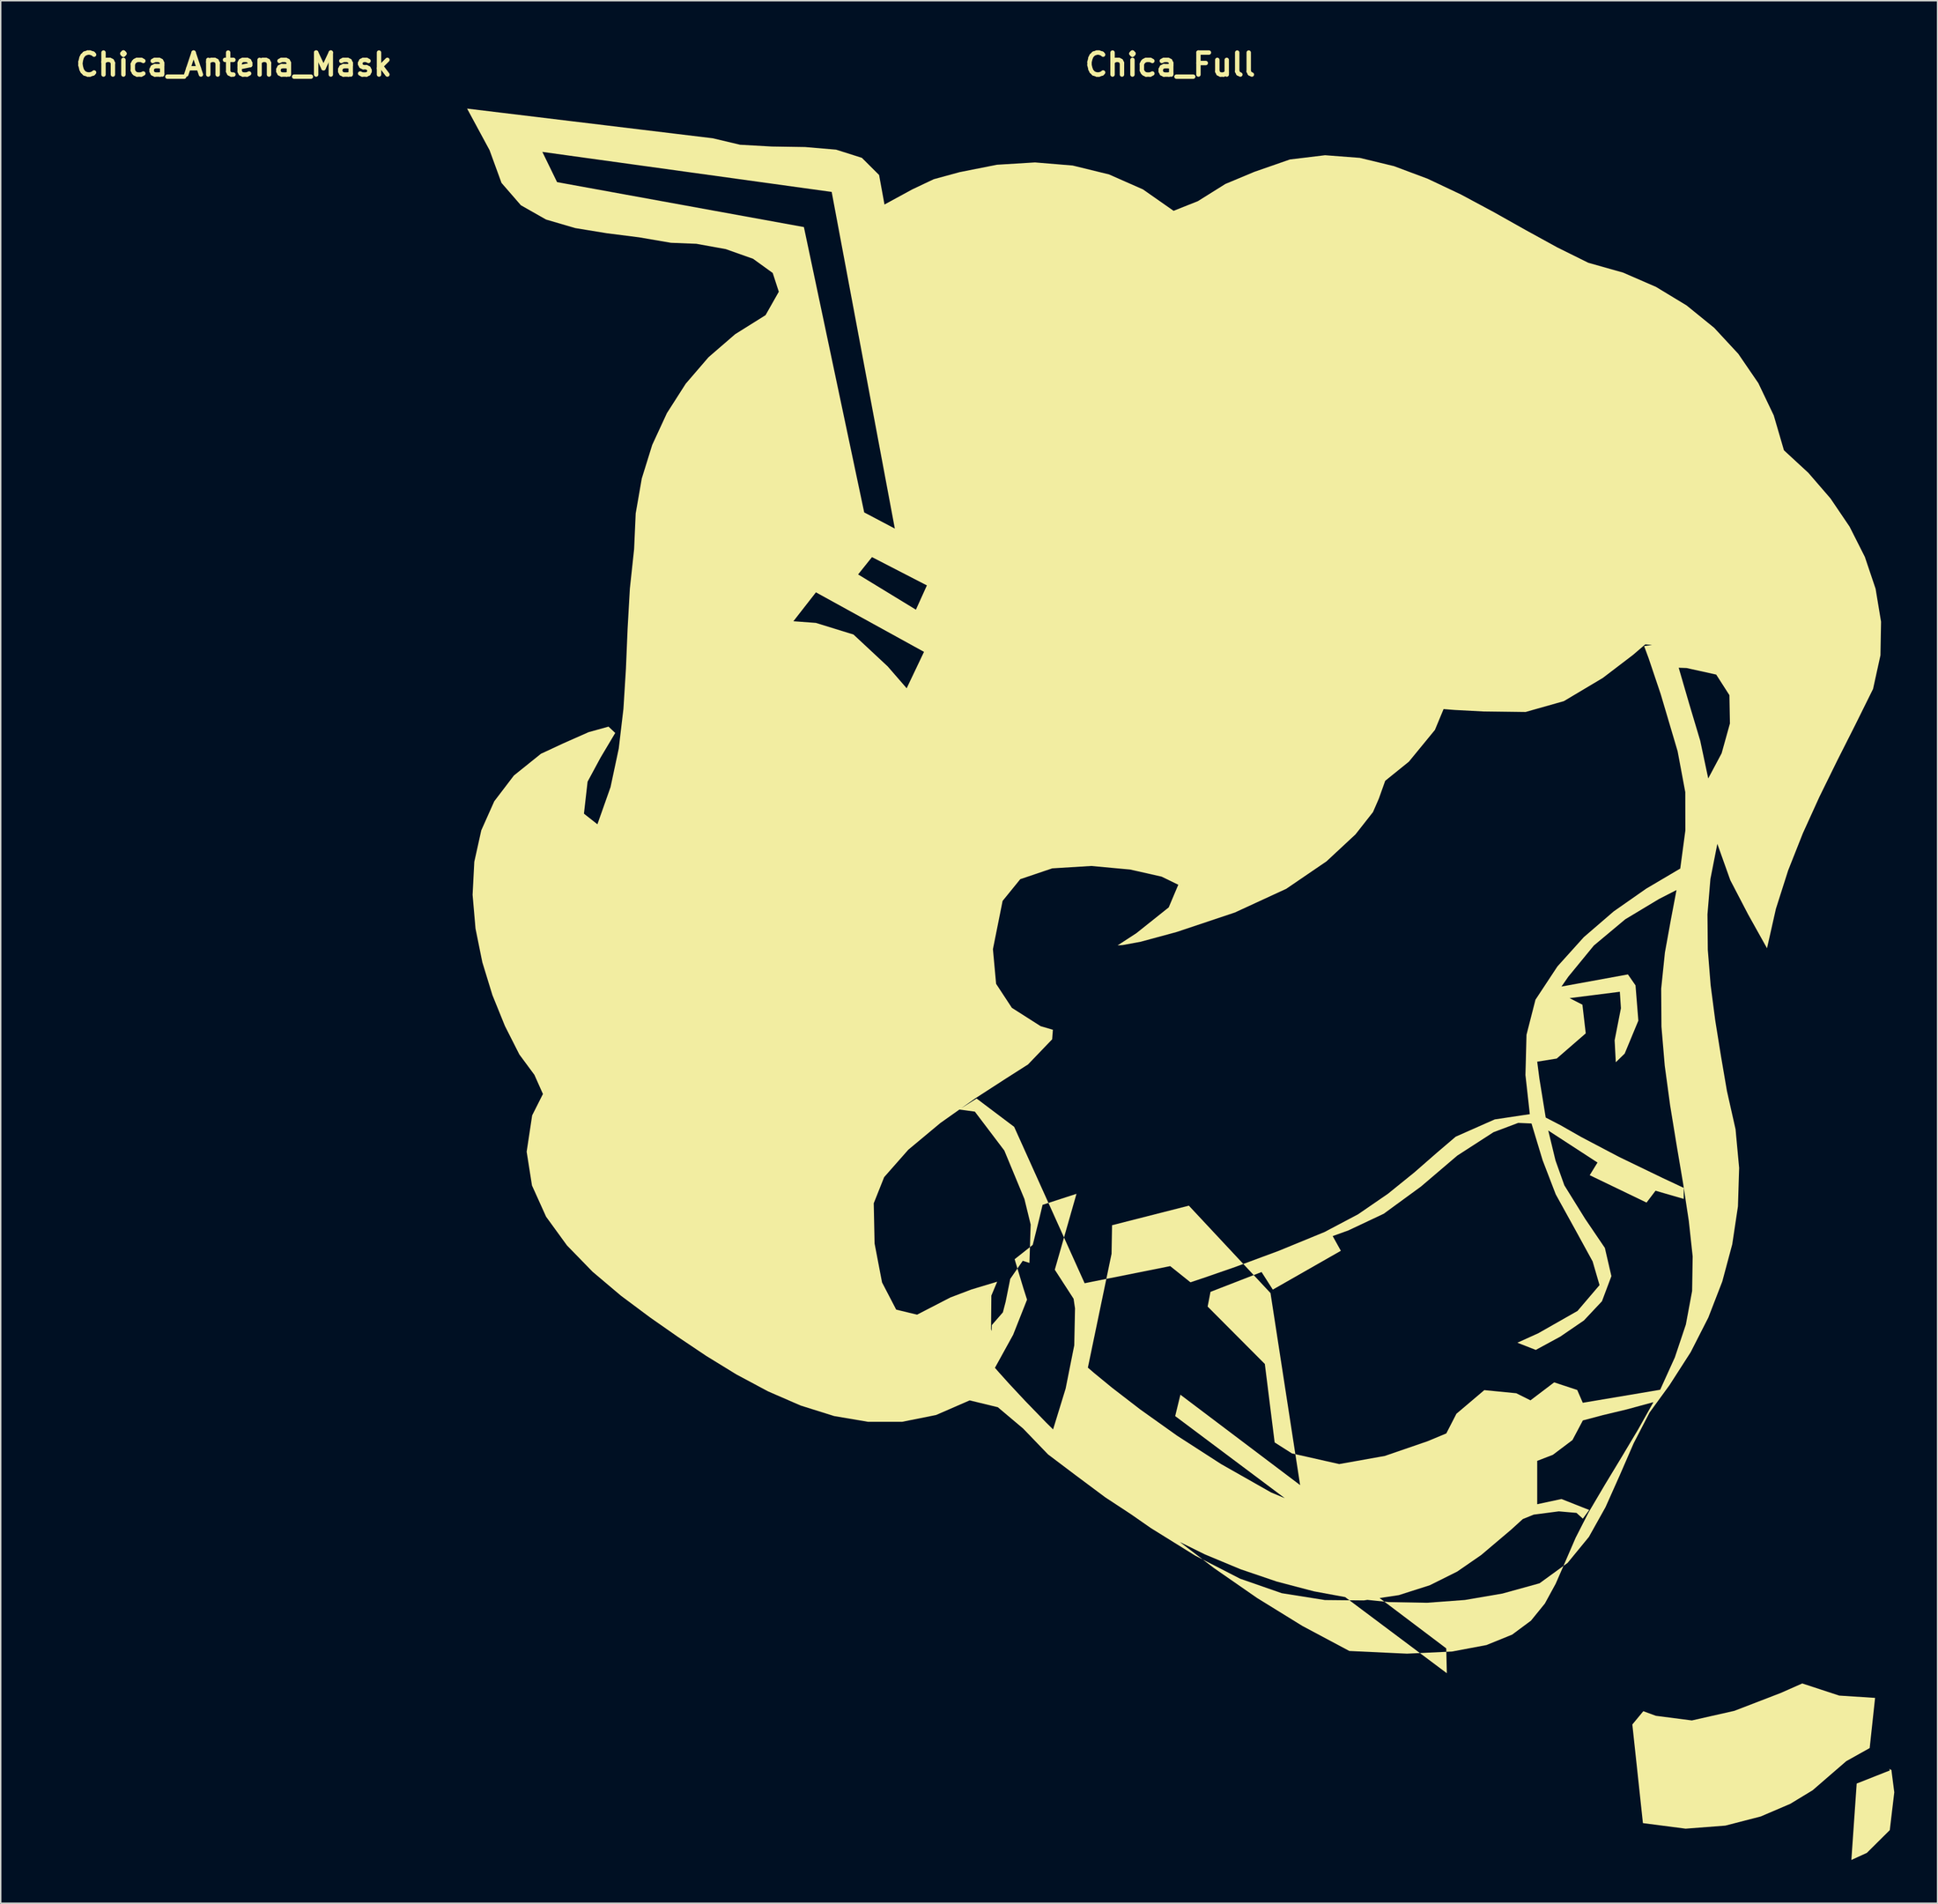
<source format=kicad_pcb>
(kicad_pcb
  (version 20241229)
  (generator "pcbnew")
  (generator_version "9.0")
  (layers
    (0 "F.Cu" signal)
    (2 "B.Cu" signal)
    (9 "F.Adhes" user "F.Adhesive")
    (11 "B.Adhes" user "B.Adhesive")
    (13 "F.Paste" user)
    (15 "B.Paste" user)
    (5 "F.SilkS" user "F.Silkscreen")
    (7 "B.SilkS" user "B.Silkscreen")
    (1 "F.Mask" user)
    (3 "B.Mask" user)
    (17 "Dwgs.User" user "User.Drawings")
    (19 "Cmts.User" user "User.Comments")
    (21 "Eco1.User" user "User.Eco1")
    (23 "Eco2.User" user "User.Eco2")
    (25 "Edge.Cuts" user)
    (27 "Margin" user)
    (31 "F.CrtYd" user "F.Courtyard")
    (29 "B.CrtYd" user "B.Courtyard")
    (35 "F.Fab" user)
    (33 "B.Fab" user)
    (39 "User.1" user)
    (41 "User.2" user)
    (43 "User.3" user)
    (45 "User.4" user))
  (footprint "Chica_Full"
    (layer "F.Cu")
    (at 78.019 65.152)
    (property "Reference" "Chica_Full" (at 0 -63.725 0) (layer "F.SilkS") (effects (font (size 1.524 1.524) (thickness 0.305))))
    (attr smd)
    (fp_poly (pts (xy -48.708 -60.677) (xy -43.495 -57.677) (xy -23.45 -54.903) (xy -19.075 -31.575) (xy -21.197 -32.696) (xy -25.375 -52.468) (xy -42.475 -55.582) (xy -43.495 -57.677) (xy -48.708 -60.677) (xy -47.93 -59.237) (xy -47.152 -57.797) (xy -46.325 -55.528) (xy -44.982 -53.98) (xy -43.239 -52.99) (xy -41.213 -52.397) (xy -39.018 -52.039) (xy -36.771 -51.754) (xy -34.588 -51.379) (xy -32.824 -51.309) (xy -30.793 -50.942) (xy -28.895 -50.27) (xy -27.535 -49.287) (xy -20.658 -29.6) (xy -16.854 -27.638) (xy -17.615 -25.956) (xy -21.619 -28.399) (xy -20.658 -29.6) (xy -27.535 -49.287) (xy -27.113 -47.987) (xy -24.541 -27.158) (xy -17.054 -23.034) (xy -18.255 -20.511) (xy -19.571 -22.027) (xy -21.939 -24.234) (xy -24.546 -25.04) (xy -26.103 -25.155) (xy -24.541 -27.158) (xy -27.113 -47.987) (xy -27.721 -19.519) (xy -27.72 -19.313) (xy -27.721 -19.519) (xy -27.113 -47.987) (xy -27.691 -15.253) (xy -27.692 -15.404) (xy -27.691 -15.253) (xy -27.113 -47.987) (xy -27.683 -14.238) (xy -27.683 -14.101) (xy -27.683 -14.21) (xy -27.683 -14.238) (xy -27.113 -47.987) (xy -28.032 -46.363) (xy -30.137 -45.045) (xy -20.478 17.961) (xy -20.536 15.174) (xy -19.815 13.363) (xy -18.144 11.466) (xy -15.917 9.61) (xy -13.529 7.922) (xy -11.374 6.528) (xy -9.847 5.555) (xy -8.175 3.813) (xy -8.125 3.153) (xy -8.976 2.902) (xy -10.968 1.631) (xy -12.059 -0.031) (xy -12.279 -2.432) (xy -11.609 -5.776) (xy -10.385 -7.283) (xy -8.168 -8.033) (xy -5.463 -8.198) (xy -2.77 -7.95) (xy -0.594 -7.459) (xy 0.563 -6.897) (xy -0.1 -5.327) (xy -2.337 -3.543) (xy -3.641 -2.693) (xy -3.294 -2.717) (xy -2.039 -2.948) (xy 0.447 -3.622) (xy 4.487 -4.975) (xy 8.046 -6.618) (xy 10.833 -8.519) (xy 12.839 -10.386) (xy 14.051 -11.931) (xy 14.457 -12.863) (xy 14.898 -14.099) (xy 16.539 -15.425) (xy 18.341 -17.623) (xy 18.942 -19.069) (xy 19.704 -19.008) (xy 21.73 -18.903) (xy 24.627 -18.869) (xy 27.274 -19.618) (xy 29.972 -21.226) (xy 32.071 -22.827) (xy 32.915 -23.553) (xy 32.915 -23.553) (xy 33.39 -23.515) (xy 32.836 -23.433) (xy 33.153 -22.576) (xy 33.986 -20.1) (xy 35.157 -16.146) (xy 35.687 -13.313) (xy 35.693 -10.659) (xy 35.316 -7.846) (xy 35.338 -8.018) (xy 32.976 -6.623) (xy 30.728 -5.05) (xy 28.657 -3.265) (xy 26.829 -1.236) (xy 25.308 1.071) (xy 24.687 3.501) (xy 24.614 6.289) (xy 24.916 9) (xy 22.485 9.364) (xy 19.782 10.56) (xy 18.476 11.674) (xy 16.912 13.041) (xy 15.092 14.513) (xy 13.019 15.938) (xy 10.694 17.167) (xy 7.519 18.471) (xy 4.517 19.584) (xy 2.281 20.359) (xy 1.404 20.65) (xy 0.003 19.529) (xy -5.926 20.715) (xy -10.808 9.879) (xy -13.41 7.917) (xy -14.612 8.679) (xy -13.531 8.824) (xy -11.489 11.521) (xy -10.096 14.882) (xy -9.664 16.647) (xy -9.749 19.308) (xy -10.212 19.16) (xy -11.079 20.413) (xy -11.398 21.998) (xy -11.589 22.734) (xy -12.353 23.612) (xy -12.371 24.03) (xy -12.41 23.895) (xy -12.389 21.573) (xy -11.985 20.61) (xy -13.769 21.148) (xy -15.225 21.701) (xy -17.535 22.893) (xy -18.981 22.544) (xy -19.961 20.659) (xy -20.478 17.961) (xy -30.137 -45.045) (xy -31.983 -43.449) (xy -33.562 -41.613) (xy -34.865 -39.576) (xy -35.883 -37.374) (xy -36.607 -35.045) (xy -37.028 -32.625) (xy -37.138 -30.154) (xy -37.431 -27.424) (xy -37.588 -24.65) (xy -37.705 -21.859) (xy -37.878 -19.079) (xy -38.201 -16.338) (xy -38.77 -13.665) (xy -39.681 -11.086) (xy -40.613 -11.821) (xy -40.362 -14.038) (xy -39.457 -15.716) (xy -38.446 -17.414) (xy -38.91 -17.853) (xy -40.294 -17.468) (xy -42.041 -16.695) (xy -43.594 -15.971) (xy -45.465 -14.467) (xy -46.827 -12.68) (xy -47.725 -10.668) (xy -48.209 -8.488) (xy -48.327 -6.199) (xy -48.125 -3.859) (xy -47.652 -1.524) (xy -46.956 0.746) (xy -46.085 2.895) (xy -8.142 30.945) (xy -8.606 32.263) (xy -8.031 32.738) (xy -6.467 33.98) (xy -4.156 35.718) (xy -1.338 37.68) (xy 1.743 39.594) (xy 4.846 41.189) (xy 7.73 42.193) (xy 10.722 42.668) (xy 13.42 42.692) (xy 15.838 42.328) (xy 17.989 41.641) (xy 19.887 40.694) (xy 21.544 39.55) (xy 23.61 37.801) (xy 24.43 37.056) (xy 25.188 36.748) (xy 26.924 36.522) (xy 28.15 36.628) (xy 28.591 37.028) (xy 29.031 36.427) (xy 27.109 35.667) (xy 25.428 36.028) (xy 25.428 33.024) (xy 26.514 32.604) (xy 27.87 31.583) (xy 28.591 30.222) (xy 29.944 29.863) (xy 31.616 29.462) (xy 33.48 28.956) (xy 32.422 30.843) (xy 31.292 32.737) (xy 30.135 34.648) (xy 28.991 36.588) (xy 28.092 38.349) (xy 27.375 40.009) (xy 26.707 41.539) (xy 25.958 42.911) (xy 24.997 44.095) (xy 23.693 45.063) (xy 21.913 45.786) (xy 19.528 46.235) (xy 16.406 46.382) (xy 12.415 46.197) (xy 9.16 44.462) (xy 6.024 42.526) (xy 3.037 40.453) (xy 0.231 38.311) (xy -2.367 36.165) (xy -4.724 34.081) (xy -6.811 32.125) (xy -8.598 30.363) (xy -10.054 28.861) (xy -11.151 27.685) (xy -11.856 26.901) (xy -12.14 26.576) (xy -10.879 24.287) (xy -9.916 21.852) (xy -10.174 21.045) (xy -10.775 19.051) (xy -9.52 18.058) (xy -9.074 16.267) (xy -8.84 15.283) (xy -6.49 14.519) (xy -7.993 19.779) (xy -6.691 21.79) (xy -6.592 22.457) (xy -6.644 25.016) (xy -7.242 28.016) (xy -8.142 30.945) (xy -46.085 2.895) (xy -45.087 4.865) (xy -44.047 6.273) (xy -43.454 7.602) (xy -44.201 9.084) (xy -44.582 11.603) (xy -44.213 13.942) (xy -43.236 16.105) (xy -41.789 18.096) (xy -40.014 19.92) (xy -38.051 21.579) (xy -36.04 23.079) (xy 0.523 50.238) (xy 2.096 50.449) (xy 0.523 50.238) (xy -36.04 23.079) (xy -34.121 24.422) (xy -32.142 25.751) (xy -30.049 27.036) (xy -27.86 28.207) (xy 13.292 46.777) (xy 13.291 46.765) (xy 13.292 46.777) (xy -27.86 28.207) (xy 32.753 58.124) (xy 32.019 51.29) (xy 32.78 50.369) (xy 33.651 50.689) (xy 36.143 51.01) (xy 39.087 50.345) (xy 42.289 49.111) (xy 43.791 48.447) (xy 43.791 48.447) (xy 46.353 49.288) (xy 48.836 49.448) (xy 48.462 52.924) (xy 46.839 53.832) (xy 45.472 55.014) (xy 44.512 55.846) (xy 42.96 56.789) (xy 40.912 57.665) (xy 38.464 58.297) (xy 35.712 58.509) (xy 32.753 58.124) (xy -27.86 28.207) (xy -25.597 29.191) (xy -23.28 29.918) (xy -20.931 30.317) (xy -18.568 30.317) (xy -16.215 29.845) (xy -13.889 28.832) (xy -11.938 29.307) (xy -10.186 30.784) (xy -8.463 32.574) (xy -6.595 33.985) (xy -4.499 35.548) (xy -2.292 36.999) (xy 0.013 38.321) (xy 2.404 39.503) (xy 6.991 35.211) (xy 3.535 33.25) (xy 0.48 31.279) (xy -2.073 29.461) (xy -4.021 27.96) (xy -5.264 26.939) (xy -5.701 26.563) (xy -4.06 18.675) (xy -4.026 16.696) (xy 1.295 15.34) (xy 6.951 21.397) (xy 9.226 36.146) (xy 6.991 35.211) (xy 2.404 39.503) (xy 10.398 37.448) (xy 10.358 35.726) (xy 0.709 28.439) (xy 0.348 29.921) (xy 10.398 37.448) (xy 2.404 39.503) (xy 9.477 38.729) (xy 9.117 40.211) (xy 19.167 47.738) (xy 19.127 46.016) (xy 9.477 38.729) (xy 2.404 39.503) (xy 4.868 40.53) (xy 28.586 28.999) (xy 28.2 28.111) (xy 26.604 27.584) (xy 24.962 28.83) (xy 23.978 28.338) (xy 21.763 28.122) (xy 19.831 29.76) (xy 19.13 31.123) (xy 17.823 31.667) (xy 14.868 32.683) (xy 11.712 33.246) (xy 8.435 32.507) (xy 7.239 31.746) (xy 6.559 26.31) (xy 2.596 22.332) (xy 2.794 21.313) (xy 6.332 19.939) (xy 7.111 21.157) (xy 11.825 18.467) (xy 11.259 17.448) (xy 12.347 17.055) (xy 14.796 15.9) (xy 17.38 14.012) (xy 19.889 11.873) (xy 22.4 10.25) (xy 24.113 9.605) (xy 25.034 9.646) (xy 25.802 12.187) (xy 26.712 14.556) (xy 28.063 17.002) (xy 29.269 19.205) (xy 29.747 20.845) (xy 28.221 22.635) (xy 25.506 24.18) (xy 24.056 24.837) (xy 25.33 25.336) (xy 27.029 24.413) (xy 28.664 23.295) (xy 29.915 21.963) (xy 30.568 20.223) (xy 30.116 18.268) (xy 28.751 16.255) (xy 27.309 13.932) (xy 26.695 12.208) (xy 26.195 10.133) (xy 29.606 12.352) (xy 29.067 13.229) (xy 33.003 15.126) (xy 33.626 14.305) (xy 35.579 14.871) (xy 35.579 14.107) (xy 34.134 13.43) (xy 31.116 11.972) (xy 28.501 10.596) (xy 27.039 9.764) (xy 26.018 9.235) (xy 25.579 6.528) (xy 25.428 5.363) (xy 26.779 5.148) (xy 28.791 3.401) (xy 28.561 1.415) (xy 27.67 0.959) (xy 31.154 0.519) (xy 31.229 1.66) (xy 30.793 3.882) (xy 30.873 5.403) (xy 31.489 4.803) (xy 32.435 2.521) (xy 32.24 0.078) (xy 31.714 -0.683) (xy 27.109 0.158) (xy 27.585 -0.527) (xy 29.352 -2.684) (xy 31.529 -4.504) (xy 33.865 -5.908) (xy 35.079 -6.53) (xy 35.079 -6.53) (xy 34.696 -4.512) (xy 34.277 -2.204) (xy 34.018 0.304) (xy 34.036 2.934) (xy 34.265 5.642) (xy 34.637 8.386) (xy 35.084 11.123) (xy 35.538 13.809) (xy 35.932 16.401) (xy 36.199 18.857) (xy 36.161 21.252) (xy 35.727 23.578) (xy 34.965 25.853) (xy 33.948 28.097) (xy 28.586 28.999) (xy 4.868 40.53) (xy 7.39 41.388) (xy 9.957 42.063) (xy 12.558 42.542) (xy 15.178 42.811) (xy 17.804 42.856) (xy 20.424 42.662) (xy 23.023 42.217) (xy 25.59 41.507) (xy 27.535 40.093) (xy 29.008 38.295) (xy 30.16 36.233) (xy 31.144 34.029) (xy 32.111 31.804) (xy 33.211 29.678) (xy 34.597 27.772) (xy 36.061 25.493) (xy 37.277 -14.262) (xy 36.723 -16.874) (xy 35.953 -19.45) (xy 35.231 -21.933) (xy 35.231 -21.933) (xy 35.776 -21.914) (xy 37.83 -21.459) (xy 38.744 -20.034) (xy 38.781 -18.073) (xy 38.205 -16.005) (xy 37.277 -14.262) (xy 36.061 25.493) (xy 37.284 23.093) (xy 38.251 20.594) (xy 38.941 18.018) (xy 39.336 15.387) (xy 39.418 12.723) (xy 39.17 10.049) (xy 38.571 7.386) (xy 38.157 4.961) (xy 37.765 2.519) (xy 37.444 0.065) (xy 37.247 -2.393) (xy 49.968 54.448) (xy 49.827 54.363) (xy 49.855 54.476) (xy 47.562 55.383) (xy 47.194 60.677) (xy 48.269 60.185) (xy 49.855 58.61) (xy 50.166 55.988) (xy 49.968 54.448) (xy 37.247 -2.393) (xy 37.224 -4.85) (xy 37.428 -7.298) (xy 37.908 -9.732) (xy 38.806 -7.212) (xy 40.044 -4.835) (xy 41.349 -2.496) (xy 41.967 -5.235) (xy 42.812 -7.886) (xy 43.834 -10.467) (xy 44.984 -12.997) (xy 46.211 -15.494) (xy 47.465 -17.977) (xy 48.696 -20.463) (xy 49.209 -22.797) (xy 49.25 -25.123) (xy 48.872 -27.406) (xy 48.128 -29.614) (xy 47.069 -31.711) (xy 45.747 -33.664) (xy 44.214 -35.438) (xy 42.523 -37) (xy 41.816 -39.419) (xy 40.749 -41.654) (xy 39.361 -43.683) (xy 37.691 -45.485) (xy 35.778 -47.038) (xy 33.661 -48.321) (xy 31.379 -49.313) (xy 28.97 -49.993) (xy 26.819 -51.059) (xy 24.629 -52.262) (xy 22.402 -53.514) (xy 20.139 -54.728) (xy 17.839 -55.816) (xy 15.504 -56.69) (xy 13.135 -57.263) (xy 10.732 -57.446) (xy 8.296 -57.152) (xy 5.829 -56.293) (xy 3.823 -55.454) (xy 1.922 -54.264) (xy 0.237 -53.593) (xy -1.886 -55.079) (xy -4.24 -56.117) (xy -6.755 -56.732) (xy -9.363 -56.947) (xy -11.997 -56.786) (xy -14.587 -56.273) (xy -16.378 -55.784) (xy -17.862 -55.081) (xy -19.792 -54.03) (xy -20.166 -56.077) (xy -21.358 -57.265) (xy -23.143 -57.832) (xy -25.295 -58.014) (xy -27.587 -58.048) (xy -29.794 -58.172) (xy -31.691 -58.621) (xy -34.122 -58.915) (xy -36.553 -59.209) (xy -38.984 -59.503) (xy -41.415 -59.796) (xy -43.846 -60.09) (xy -46.277 -60.384) (xy -48.708 -60.677)) (stroke (width 0) (type solid)) (fill yes) (layer "F.SilkS")))
  (footprint "Chica_Antena_Mask"
    (layer "F.Cu")
    (at 13.156 21.396)
    (property "Reference" "Chica_Antena_Mask" (at 0 -19.97 0) (layer "F.SilkS") (effects (font (size 1.524 1.524) (thickness 0.305))))
    (attr smd)
    (fp_poly (pts (xy 9.667 11.507) (xy 7.707 10.244) (xy 8.618 9.087) (xy 10.553 10.051) (xy 12.433 11.018) (xy 12.073 11.815) (xy 11.67 12.66) (xy 9.667 11.507)) (stroke (width 0) (type solid)) (fill yes) (layer "F.Mask"))
    (fp_poly (pts (xy 11.627 16.541) (xy 9.762 14.506) (xy 8.326 13.253) (xy 6.691 12.608) (xy 4.261 12.307) (xy 4.127 12.301) (xy 4.901 11.31) (xy 5.716 10.329) (xy 6.435 10.717) (xy 8.572 11.891) (xy 12.206 13.893) (xy 13.155 14.425) (xy 11.973 16.918) (xy 11.627 16.541) (xy 11.627 16.541)) (stroke (width 0) (type solid)) (fill yes) (layer "F.Mask"))
    (fp_poly (pts (xy 10.084 8.603) (xy 9.066 7.976) (xy 8.89 7.169) (xy 8.439 5.047) (xy 7.78 1.933) (xy 6.982 -1.852) (xy 6.183 -5.634) (xy 5.519 -8.741) (xy 5.06 -10.852) (xy 4.875 -11.646) (xy 4.181 -11.795) (xy 2.335 -12.148) (xy -0.381 -12.654) (xy -3.688 -13.259) (xy -12.191 -14.804) (xy -12.689 -15.795) (xy -13.156 -16.857) (xy -12.292 -16.762) (xy -10.032 -16.47) (xy -6.84 -16.044) (xy -3.181 -15.548) (xy 0.481 -15.046) (xy 3.679 -14.6) (xy 5.95 -14.274) (xy 6.829 -14.132) (xy 6.948 -13.538) (xy 7.261 -11.907) (xy 7.731 -9.43) (xy 8.321 -6.3) (xy 8.996 -2.708) (xy 9.672 0.893) (xy 10.265 4.051) (xy 10.74 6.569) (xy 11.058 8.253) (xy 11.185 8.908) (xy 11.151 9.132) (xy 10.084 8.603) (xy 10.084 8.603)) (stroke (width 0) (type solid)) (fill yes) (layer "F.Mask")))
  (gr_rect
    (start -3 -3)
    (end 131.185 128.829)
    (stroke (width 0.1) (type default))
    (fill no)
    (layer "Edge.Cuts")))
</source>
